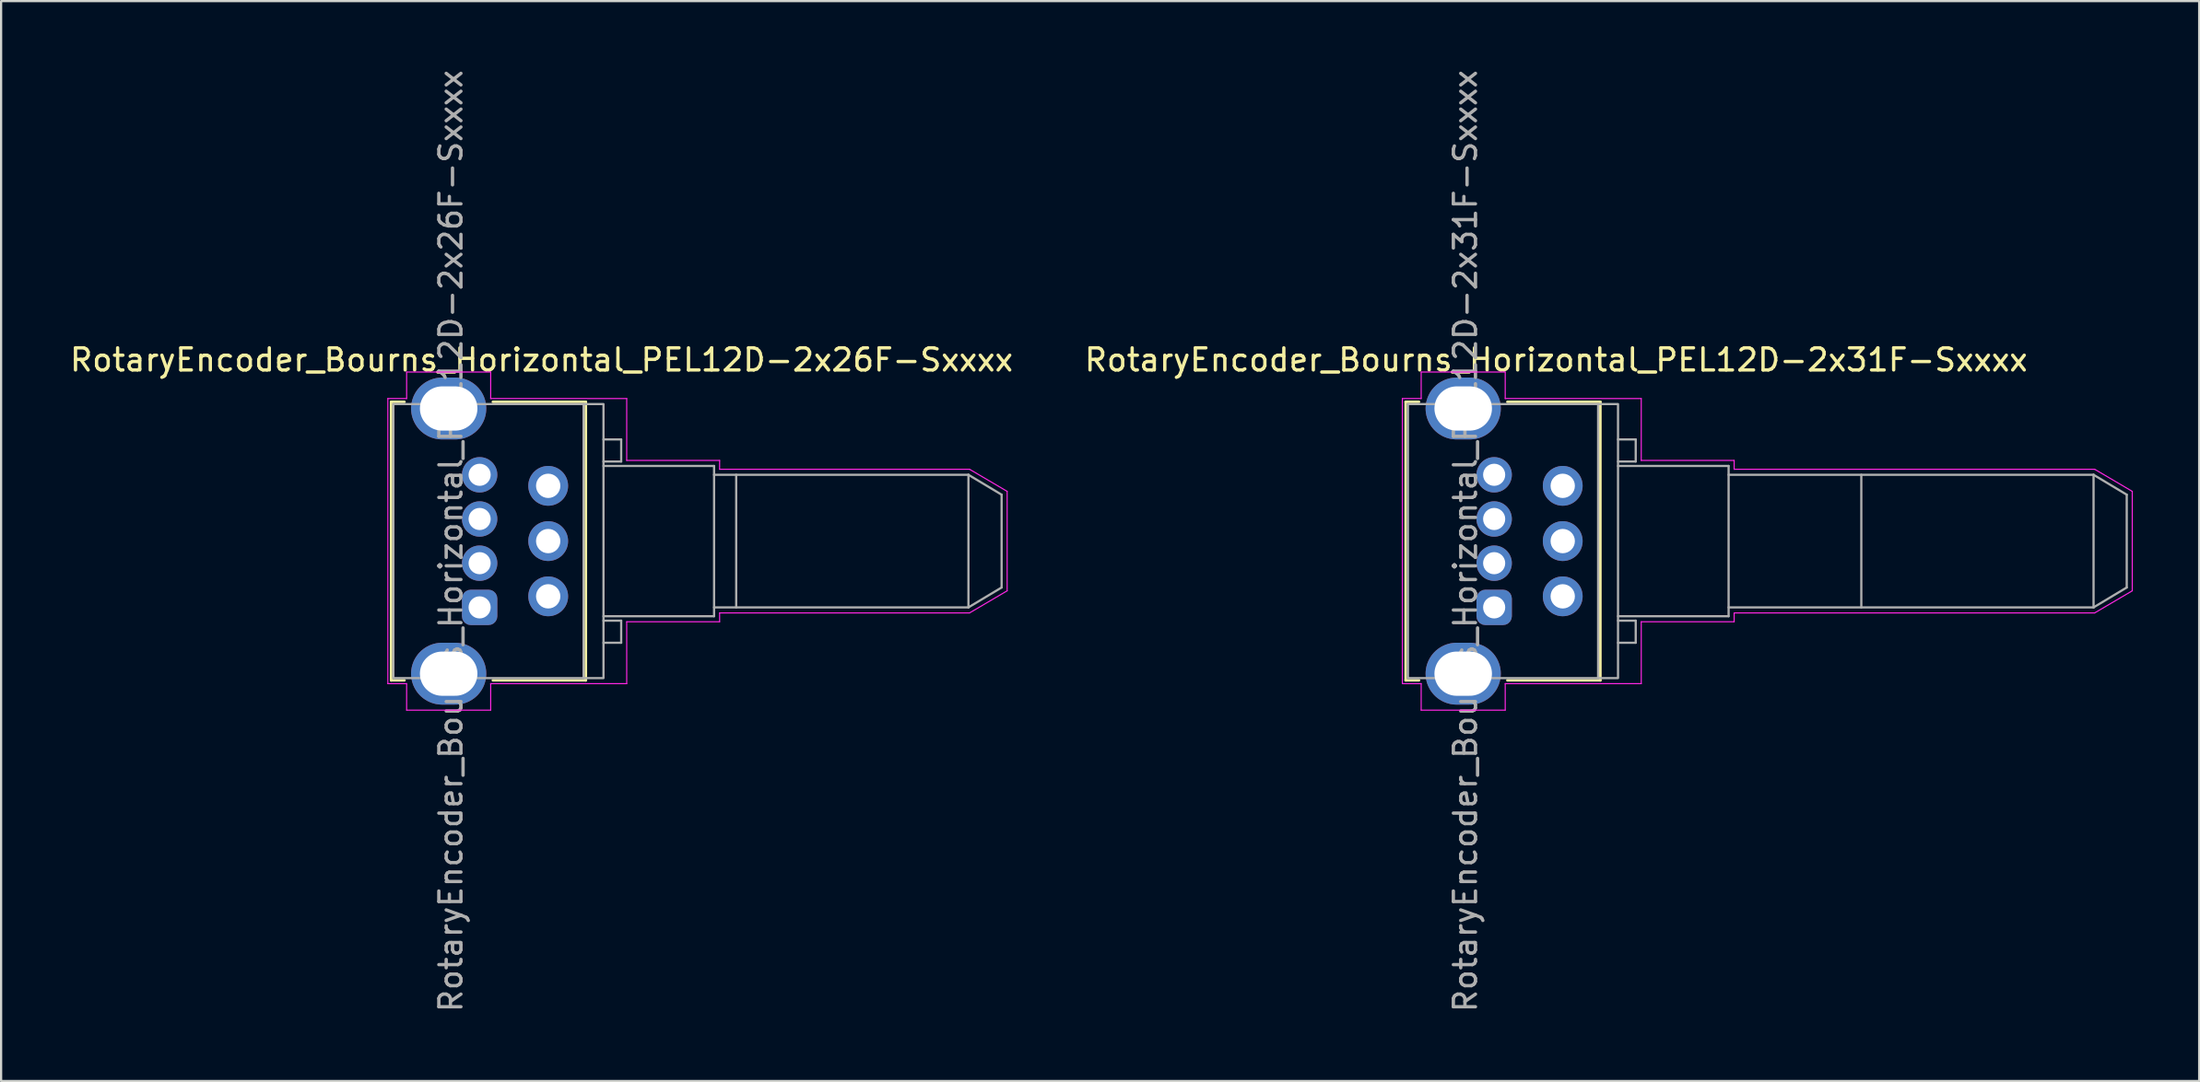
<source format=kicad_pcb>
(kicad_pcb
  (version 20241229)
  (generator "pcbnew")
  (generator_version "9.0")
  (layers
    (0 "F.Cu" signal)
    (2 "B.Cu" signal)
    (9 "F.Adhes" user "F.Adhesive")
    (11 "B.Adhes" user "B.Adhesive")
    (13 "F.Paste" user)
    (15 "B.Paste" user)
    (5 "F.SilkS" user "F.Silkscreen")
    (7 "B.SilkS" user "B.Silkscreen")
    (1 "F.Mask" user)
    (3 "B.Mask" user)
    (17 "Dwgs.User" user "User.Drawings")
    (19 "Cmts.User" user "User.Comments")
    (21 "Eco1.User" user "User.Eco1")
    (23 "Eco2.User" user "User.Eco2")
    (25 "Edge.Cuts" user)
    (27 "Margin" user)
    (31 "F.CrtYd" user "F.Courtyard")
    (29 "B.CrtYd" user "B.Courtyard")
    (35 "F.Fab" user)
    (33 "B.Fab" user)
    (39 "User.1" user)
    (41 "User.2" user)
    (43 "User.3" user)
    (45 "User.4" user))
  (footprint "RotaryEncoder_Bourns_Horizontal_PEL12D-2x26F-Sxxxx"
    (layer "F.Cu")
    (at 18.635 24.435)
    (property "Reference" "RotaryEncoder_Bourns_Horizontal_PEL12D-2x26F-Sxxxx" (at 2.8 -11.2 0) (layer "F.SilkS") (effects (font (size 1 1) (thickness 0.15))))
    (attr through_hole)
    (fp_line (start -4 -9.3) (end -4 3.3) (stroke (width 0.12) (type default)) (layer "F.SilkS"))
    (fp_line (start -4 3.3) (end -3.4 3.3) (stroke (width 0.12) (type default)) (layer "F.SilkS"))
    (fp_line (start -3.4 -9.3) (end -4 -9.3) (stroke (width 0.12) (type default)) (layer "F.SilkS"))
    (fp_line (start 0.6 3.3) (end 4.8 3.3) (stroke (width 0.12) (type default)) (layer "F.SilkS"))
    (fp_line (start 4.8 -9.3) (end 0.6 -9.3) (stroke (width 0.12) (type default)) (layer "F.SilkS"))
    (fp_line (start 4.8 3.3) (end 4.8 -9.3) (stroke (width 0.12) (type default)) (layer "F.SilkS"))
    (fp_line (start -4.15 -9.45) (end -4.15 3.45) (stroke (width 0.05) (type default)) (layer "F.CrtYd"))
    (fp_line (start -4.15 3.45) (end -3.3 3.45) (stroke (width 0.05) (type default)) (layer "F.CrtYd"))
    (fp_line (start -3.3 -10.65) (end -3.3 -9.45) (stroke (width 0.05) (type default)) (layer "F.CrtYd"))
    (fp_line (start -3.3 -9.45) (end -4.15 -9.45) (stroke (width 0.05) (type default)) (layer "F.CrtYd"))
    (fp_line (start -3.3 3.45) (end -3.3 4.65) (stroke (width 0.05) (type default)) (layer "F.CrtYd"))
    (fp_line (start -3.3 4.65) (end 0.5 4.65) (stroke (width 0.05) (type default)) (layer "F.CrtYd"))
    (fp_line (start 0.5 -10.65) (end -3.3 -10.65) (stroke (width 0.05) (type default)) (layer "F.CrtYd"))
    (fp_line (start 0.5 -9.45) (end 0.5 -10.65) (stroke (width 0.05) (type default)) (layer "F.CrtYd"))
    (fp_line (start 0.5 3.45) (end 6.65 3.45) (stroke (width 0.05) (type default)) (layer "F.CrtYd"))
    (fp_line (start 0.5 4.65) (end 0.5 3.45) (stroke (width 0.05) (type default)) (layer "F.CrtYd"))
    (fp_line (start 6.65 -9.45) (end 0.5 -9.45) (stroke (width 0.05) (type default)) (layer "F.CrtYd"))
    (fp_line (start 6.65 -6.65) (end 6.65 -9.45) (stroke (width 0.05) (type default)) (layer "F.CrtYd"))
    (fp_line (start 6.65 0.65) (end 6.65 3.45) (stroke (width 0.05) (type default)) (layer "F.CrtYd"))
    (fp_line (start 10.85 -6.65) (end 6.65 -6.65) (stroke (width 0.05) (type default)) (layer "F.CrtYd"))
    (fp_line (start 10.85 -6.25) (end 10.85 -6.65) (stroke (width 0.05) (type default)) (layer "F.CrtYd"))
    (fp_line (start 10.85 0.25) (end 22.15 0.25) (stroke (width 0.05) (type default)) (layer "F.CrtYd"))
    (fp_line (start 10.85 0.65) (end 6.65 0.65) (stroke (width 0.05) (type default)) (layer "F.CrtYd"))
    (fp_line (start 10.85 0.65) (end 10.85 0.25) (stroke (width 0.05) (type default)) (layer "F.CrtYd"))
    (fp_line (start 22.15 -6.25) (end 10.85 -6.25) (stroke (width 0.05) (type default)) (layer "F.CrtYd"))
    (fp_line (start 22.15 -6.25) (end 23.85 -5.25) (stroke (width 0.05) (type default)) (layer "F.CrtYd"))
    (fp_line (start 22.15 0.25) (end 23.85 -0.75) (stroke (width 0.05) (type default)) (layer "F.CrtYd"))
    (fp_line (start 23.85 -0.75) (end 23.85 -5.25) (stroke (width 0.05) (type default)) (layer "F.CrtYd"))
    (fp_line (start 4.7 -9.2) (end 4.7 3.2) (stroke (width 0.1) (type default)) (layer "F.Fab"))
    (fp_line (start 5.6 -7.6) (end 6.4 -7.6) (stroke (width 0.1) (type default)) (layer "F.Fab"))
    (fp_line (start 5.6 -6.4) (end 10.6 -6.4) (stroke (width 0.1) (type default)) (layer "F.Fab"))
    (fp_line (start 5.6 1.6) (end 6.4 1.6) (stroke (width 0.1) (type default)) (layer "F.Fab"))
    (fp_line (start 6.4 -7.6) (end 6.4 -6.6) (stroke (width 0.1) (type default)) (layer "F.Fab"))
    (fp_line (start 6.4 -6.6) (end 5.6 -6.6) (stroke (width 0.1) (type default)) (layer "F.Fab"))
    (fp_line (start 6.4 0.6) (end 5.6 0.6) (stroke (width 0.1) (type default)) (layer "F.Fab"))
    (fp_line (start 6.4 1.6) (end 6.4 0.6) (stroke (width 0.1) (type default)) (layer "F.Fab"))
    (fp_line (start 10.6 -6.4) (end 10.6 0.4) (stroke (width 0.1) (type default)) (layer "F.Fab"))
    (fp_line (start 10.6 -6) (end 22.1 -6) (stroke (width 0.1) (type default)) (layer "F.Fab"))
    (fp_line (start 10.6 0.4) (end 5.6 0.4) (stroke (width 0.1) (type default)) (layer "F.Fab"))
    (fp_line (start 11.6 -6) (end 11.6 0) (stroke (width 0.1) (type default)) (layer "F.Fab"))
    (fp_line (start 22.1 -6) (end 22.1 0) (stroke (width 0.1) (type default)) (layer "F.Fab"))
    (fp_line (start 22.1 -6) (end 23.6 -5.1) (stroke (width 0.1) (type default)) (layer "F.Fab"))
    (fp_line (start 22.1 0) (end 10.6 0) (stroke (width 0.1) (type default)) (layer "F.Fab"))
    (fp_line (start 22.1 0) (end 23.6 -0.9) (stroke (width 0.1) (type default)) (layer "F.Fab"))
    (fp_line (start 23.6 -0.9) (end 23.6 -5.1) (stroke (width 0.1) (type default)) (layer "F.Fab"))
    (fp_rect (start -3.9 -9.2) (end 5.6 3.2) (stroke (width 0.1) (type default)) (fill no) (layer "F.Fab"))
    (fp_text user "${REFERENCE}" (at -1.3 -3 90) (layer "F.Fab") (effects (font (size 1 1) (thickness 0.15))))
    (pad "1" thru_hole roundrect (at 0 0) (size 1.6 1.6) (drill 1) (layers "*.Cu" "*.Mask") (roundrect_rratio 0.25))
    (pad "2" thru_hole circle (at 0 -2) (size 1.6 1.6) (drill 1) (layers "*.Cu" "*.Mask"))
    (pad "3" thru_hole circle (at 0 -4) (size 1.6 1.6) (drill 1) (layers "*.Cu" "*.Mask"))
    (pad "4" thru_hole circle (at 0 -6) (size 1.6 1.6) (drill 1) (layers "*.Cu" "*.Mask"))
    (pad "A" thru_hole circle (at 3.1 -0.5) (size 1.8 1.8) (drill 1.1) (layers "*.Cu" "*.Mask"))
    (pad "B" thru_hole circle (at 3.1 -3) (size 1.8 1.8) (drill 1.1) (layers "*.Cu" "*.Mask"))
    (pad "C" thru_hole circle (at 3.1 -5.5) (size 1.8 1.8) (drill 1.1) (layers "*.Cu" "*.Mask"))
    (pad "SH" thru_hole oval (at -1.4 -9) (size 3.4 2.8) (drill oval 2.6 2) (layers "*.Cu" "*.Mask"))
    (pad "SH" thru_hole oval (at -1.4 3) (size 3.4 2.8) (drill oval 2.6 2) (layers "*.Cu" "*.Mask"))
    (zone (net_name "") (layer "F.Cu") (hatch edge 0.5) (connect_pads) (min_thickness 0.25) (filled_areas_thickness no) (keepout (tracks not_allowed) (vias not_allowed) (pads not_allowed) (copperpour allowed) (footprints allowed)) (placement (enabled no)) (fill) (polygon (pts (xy 15.435 15.035) (xy 14.535 15.035) (xy 14.535 15.735) (xy 15.435 15.735))))
    (zone (net_name "") (layer "F.Cu") (hatch edge 0.5) (connect_pads) (min_thickness 0.25) (filled_areas_thickness no) (keepout (tracks not_allowed) (vias not_allowed) (pads not_allowed) (copperpour allowed) (footprints allowed)) (placement (enabled no)) (fill) (polygon (pts (xy 15.435 27.135) (xy 14.535 27.135) (xy 14.535 27.835) (xy 15.435 27.835))))
    (zone (net_name "") (layers "F.Cu" "F.Fab") (hatch edge 0.5) (connect_pads) (min_thickness 0.25) (filled_areas_thickness no) (keepout (tracks not_allowed) (vias not_allowed) (pads not_allowed) (copperpour allowed) (footprints allowed)) (placement (enabled no)) (fill) (polygon (pts (xy 23.535 27.135) (xy 22.235 27.135) (xy 22.235 27.885) (xy 23.535 27.885))))
    (zone (net_name "") (layers "F.Cu" "F.Fab") (hatch edge 0.5) (connect_pads) (min_thickness 0.25) (filled_areas_thickness no) (keepout (tracks not_allowed) (vias not_allowed) (pads not_allowed) (copperpour allowed) (footprints allowed)) (placement (enabled no)) (fill) (polygon (pts (xy 23.585 14.985) (xy 22.285 14.985) (xy 22.285 15.735) (xy 23.585 15.735)))))
  (footprint "RotaryEncoder_Bourns_Horizontal_PEL12D-2x31F-Sxxxx"
    (layer "F.Cu")
    (at 64.504 24.435)
    (property "Reference" "RotaryEncoder_Bourns_Horizontal_PEL12D-2x31F-Sxxxx" (at 2.8 -11.2 0) (layer "F.SilkS") (effects (font (size 1 1) (thickness 0.15))))
    (attr through_hole)
    (fp_line (start -4 -9.3) (end -4 3.3) (stroke (width 0.12) (type default)) (layer "F.SilkS"))
    (fp_line (start -4 3.3) (end -3.4 3.3) (stroke (width 0.12) (type default)) (layer "F.SilkS"))
    (fp_line (start -3.4 -9.3) (end -4 -9.3) (stroke (width 0.12) (type default)) (layer "F.SilkS"))
    (fp_line (start 0.6 3.3) (end 4.8 3.3) (stroke (width 0.12) (type default)) (layer "F.SilkS"))
    (fp_line (start 4.8 -9.3) (end 0.6 -9.3) (stroke (width 0.12) (type default)) (layer "F.SilkS"))
    (fp_line (start 4.8 3.3) (end 4.8 -9.3) (stroke (width 0.12) (type default)) (layer "F.SilkS"))
    (fp_line (start -4.15 -9.45) (end -4.15 3.45) (stroke (width 0.05) (type default)) (layer "F.CrtYd"))
    (fp_line (start -4.15 3.45) (end -3.3 3.45) (stroke (width 0.05) (type default)) (layer "F.CrtYd"))
    (fp_line (start -3.3 -10.65) (end -3.3 -9.45) (stroke (width 0.05) (type default)) (layer "F.CrtYd"))
    (fp_line (start -3.3 -9.45) (end -4.15 -9.45) (stroke (width 0.05) (type default)) (layer "F.CrtYd"))
    (fp_line (start -3.3 3.45) (end -3.3 4.65) (stroke (width 0.05) (type default)) (layer "F.CrtYd"))
    (fp_line (start -3.3 4.65) (end 0.5 4.65) (stroke (width 0.05) (type default)) (layer "F.CrtYd"))
    (fp_line (start 0.5 -10.65) (end -3.3 -10.65) (stroke (width 0.05) (type default)) (layer "F.CrtYd"))
    (fp_line (start 0.5 -9.45) (end 0.5 -10.65) (stroke (width 0.05) (type default)) (layer "F.CrtYd"))
    (fp_line (start 0.5 3.45) (end 6.65 3.45) (stroke (width 0.05) (type default)) (layer "F.CrtYd"))
    (fp_line (start 0.5 4.65) (end 0.5 3.45) (stroke (width 0.05) (type default)) (layer "F.CrtYd"))
    (fp_line (start 6.65 -9.45) (end 0.5 -9.45) (stroke (width 0.05) (type default)) (layer "F.CrtYd"))
    (fp_line (start 6.65 -6.65) (end 6.65 -9.45) (stroke (width 0.05) (type default)) (layer "F.CrtYd"))
    (fp_line (start 6.65 0.65) (end 6.65 3.45) (stroke (width 0.05) (type default)) (layer "F.CrtYd"))
    (fp_line (start 10.85 -6.65) (end 6.65 -6.65) (stroke (width 0.05) (type default)) (layer "F.CrtYd"))
    (fp_line (start 10.85 -6.25) (end 10.85 -6.65) (stroke (width 0.05) (type default)) (layer "F.CrtYd"))
    (fp_line (start 10.85 0.25) (end 27.15 0.25) (stroke (width 0.05) (type default)) (layer "F.CrtYd"))
    (fp_line (start 10.85 0.65) (end 6.65 0.65) (stroke (width 0.05) (type default)) (layer "F.CrtYd"))
    (fp_line (start 10.85 0.65) (end 10.85 0.25) (stroke (width 0.05) (type default)) (layer "F.CrtYd"))
    (fp_line (start 27.15 -6.25) (end 10.85 -6.25) (stroke (width 0.05) (type default)) (layer "F.CrtYd"))
    (fp_line (start 27.15 -6.25) (end 28.85 -5.25) (stroke (width 0.05) (type default)) (layer "F.CrtYd"))
    (fp_line (start 27.15 0.25) (end 28.85 -0.75) (stroke (width 0.05) (type default)) (layer "F.CrtYd"))
    (fp_line (start 28.85 -0.75) (end 28.85 -5.25) (stroke (width 0.05) (type default)) (layer "F.CrtYd"))
    (fp_line (start 4.7 -9.2) (end 4.7 3.2) (stroke (width 0.1) (type default)) (layer "F.Fab"))
    (fp_line (start 5.6 -7.6) (end 6.4 -7.6) (stroke (width 0.1) (type default)) (layer "F.Fab"))
    (fp_line (start 5.6 -6.4) (end 10.6 -6.4) (stroke (width 0.1) (type default)) (layer "F.Fab"))
    (fp_line (start 5.6 1.6) (end 6.4 1.6) (stroke (width 0.1) (type default)) (layer "F.Fab"))
    (fp_line (start 6.4 -7.6) (end 6.4 -6.6) (stroke (width 0.1) (type default)) (layer "F.Fab"))
    (fp_line (start 6.4 -6.6) (end 5.6 -6.6) (stroke (width 0.1) (type default)) (layer "F.Fab"))
    (fp_line (start 6.4 0.6) (end 5.6 0.6) (stroke (width 0.1) (type default)) (layer "F.Fab"))
    (fp_line (start 6.4 1.6) (end 6.4 0.6) (stroke (width 0.1) (type default)) (layer "F.Fab"))
    (fp_line (start 10.6 -6.4) (end 10.6 0.4) (stroke (width 0.1) (type default)) (layer "F.Fab"))
    (fp_line (start 10.6 -6) (end 27.1 -6) (stroke (width 0.1) (type default)) (layer "F.Fab"))
    (fp_line (start 10.6 0.4) (end 5.6 0.4) (stroke (width 0.1) (type default)) (layer "F.Fab"))
    (fp_line (start 16.6 -6) (end 16.6 0) (stroke (width 0.1) (type default)) (layer "F.Fab"))
    (fp_line (start 27.1 -6) (end 27.1 0) (stroke (width 0.1) (type default)) (layer "F.Fab"))
    (fp_line (start 27.1 -6) (end 28.6 -5.1) (stroke (width 0.1) (type default)) (layer "F.Fab"))
    (fp_line (start 27.1 0) (end 10.6 0) (stroke (width 0.1) (type default)) (layer "F.Fab"))
    (fp_line (start 27.1 0) (end 28.6 -0.9) (stroke (width 0.1) (type default)) (layer "F.Fab"))
    (fp_line (start 28.6 -0.9) (end 28.6 -5.1) (stroke (width 0.1) (type default)) (layer "F.Fab"))
    (fp_rect (start -3.9 -9.2) (end 5.6 3.2) (stroke (width 0.1) (type default)) (fill no) (layer "F.Fab"))
    (fp_text user "${REFERENCE}" (at -1.3 -3 90) (layer "F.Fab") (effects (font (size 1 1) (thickness 0.15))))
    (pad "1" thru_hole roundrect (at 0 0) (size 1.6 1.6) (drill 1) (layers "*.Cu" "*.Mask") (roundrect_rratio 0.25))
    (pad "2" thru_hole circle (at 0 -2) (size 1.6 1.6) (drill 1) (layers "*.Cu" "*.Mask"))
    (pad "3" thru_hole circle (at 0 -4) (size 1.6 1.6) (drill 1) (layers "*.Cu" "*.Mask"))
    (pad "4" thru_hole circle (at 0 -6) (size 1.6 1.6) (drill 1) (layers "*.Cu" "*.Mask"))
    (pad "A" thru_hole circle (at 3.1 -0.5) (size 1.8 1.8) (drill 1.1) (layers "*.Cu" "*.Mask"))
    (pad "B" thru_hole circle (at 3.1 -3) (size 1.8 1.8) (drill 1.1) (layers "*.Cu" "*.Mask"))
    (pad "C" thru_hole circle (at 3.1 -5.5) (size 1.8 1.8) (drill 1.1) (layers "*.Cu" "*.Mask"))
    (pad "SH" thru_hole oval (at -1.4 -9) (size 3.4 2.8) (drill oval 2.6 2) (layers "*.Cu" "*.Mask"))
    (pad "SH" thru_hole oval (at -1.4 3) (size 3.4 2.8) (drill oval 2.6 2) (layers "*.Cu" "*.Mask"))
    (zone (net_name "") (layer "F.Cu") (hatch edge 0.5) (connect_pads) (min_thickness 0.25) (filled_areas_thickness no) (keepout (tracks not_allowed) (vias not_allowed) (pads not_allowed) (copperpour allowed) (footprints allowed)) (placement (enabled no)) (fill) (polygon (pts (xy 61.304 15.035) (xy 60.404 15.035) (xy 60.404 15.735) (xy 61.304 15.735))))
    (zone (net_name "") (layer "F.Cu") (hatch edge 0.5) (connect_pads) (min_thickness 0.25) (filled_areas_thickness no) (keepout (tracks not_allowed) (vias not_allowed) (pads not_allowed) (copperpour allowed) (footprints allowed)) (placement (enabled no)) (fill) (polygon (pts (xy 61.304 27.135) (xy 60.404 27.135) (xy 60.404 27.835) (xy 61.304 27.835))))
    (zone (net_name "") (layers "F.Cu" "F.Fab") (hatch edge 0.5) (connect_pads) (min_thickness 0.25) (filled_areas_thickness no) (keepout (tracks not_allowed) (vias not_allowed) (pads not_allowed) (copperpour allowed) (footprints allowed)) (placement (enabled no)) (fill) (polygon (pts (xy 69.404 14.985) (xy 68.104 14.985) (xy 68.104 15.735) (xy 69.404 15.735))))
    (zone (net_name "") (layers "F.Cu" "F.Fab") (hatch edge 0.5) (connect_pads) (min_thickness 0.25) (filled_areas_thickness no) (keepout (tracks not_allowed) (vias not_allowed) (pads not_allowed) (copperpour allowed) (footprints allowed)) (placement (enabled no)) (fill) (polygon (pts (xy 69.404 27.135) (xy 68.104 27.135) (xy 68.104 27.885) (xy 69.404 27.885)))))
  (gr_rect
    (start -3 -3)
    (end 96.379 45.869)
    (stroke (width 0.1) (type default))
    (fill no)
    (layer "Edge.Cuts")))
</source>
